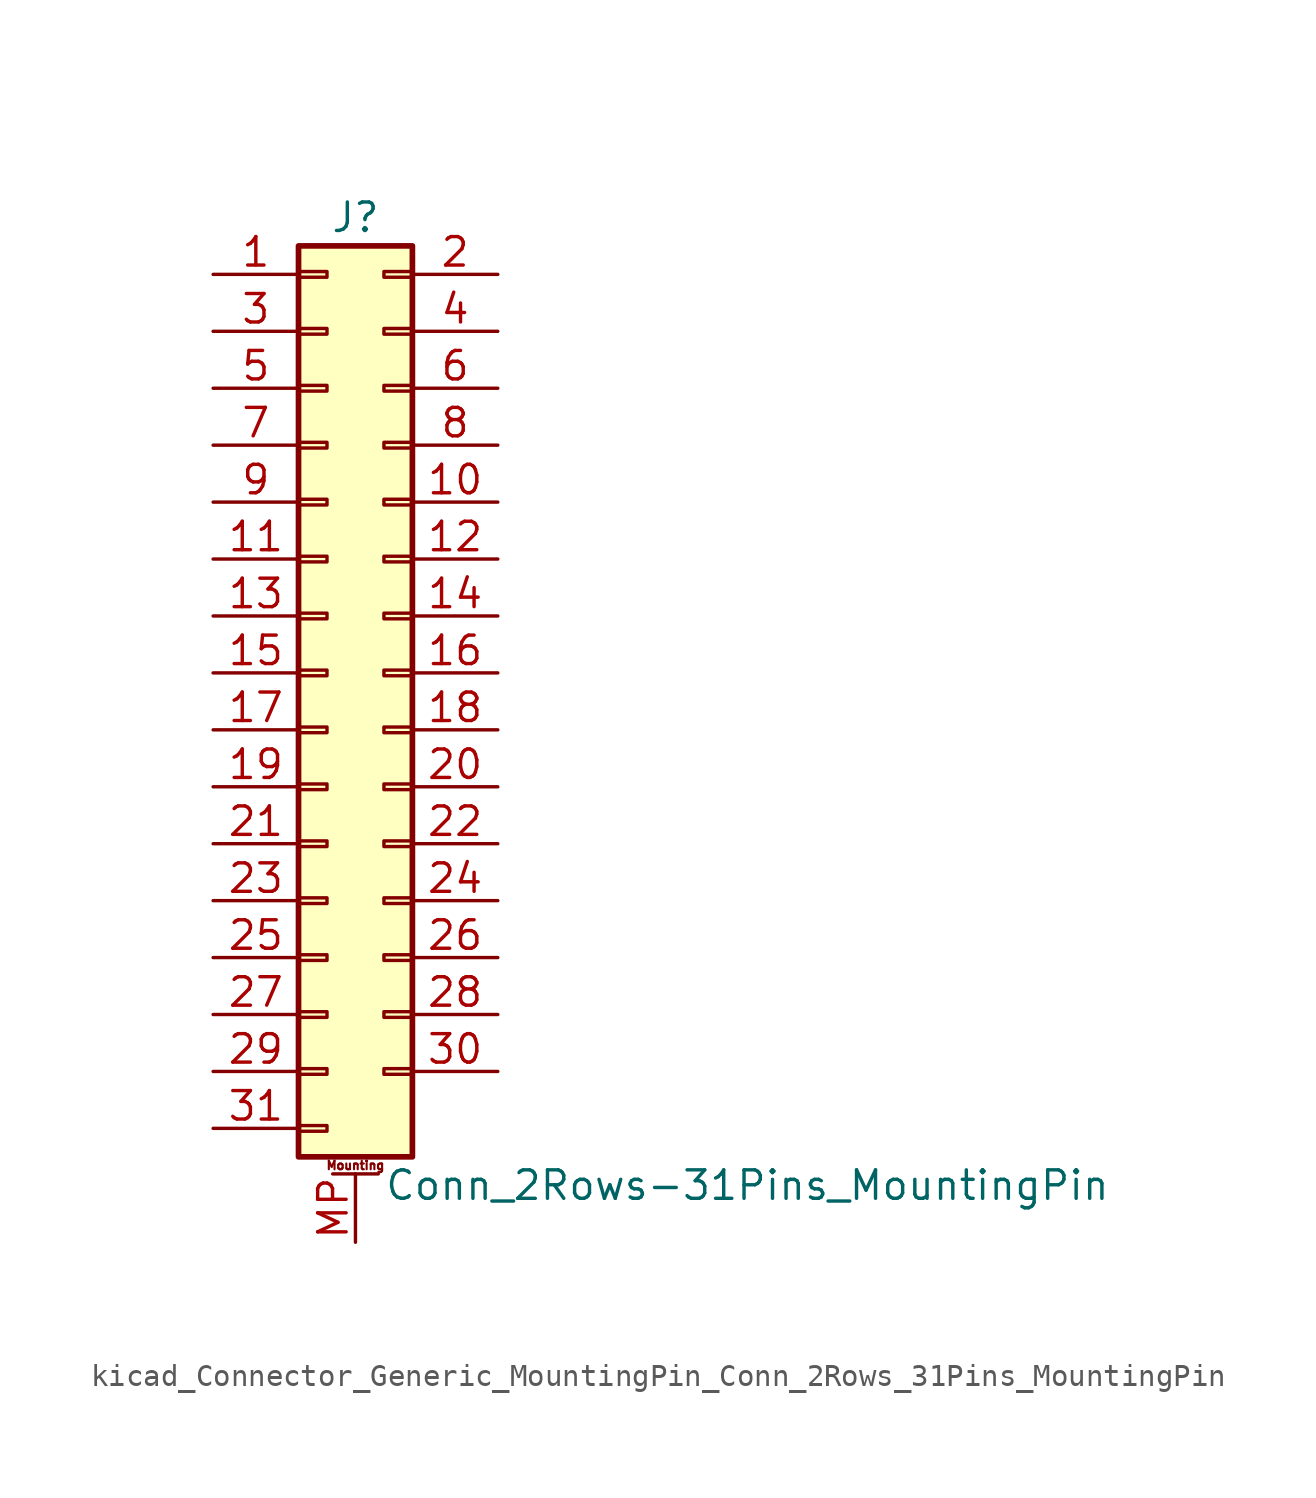
<source format=kicad_sym>
(kicad_symbol_lib
  (version 20220914)
  (generator kicad_symbol_editor)
  (symbol "kicad_Connector_Generic_MountingPin_Conn_2Rows_31Pins_MountingPin"
    (pin_names
      (offset 1.016) hide)
    (property "Reference" "J"
      (at 1.27 20.32 0)
      (effects (font (size 1.27 1.27))))
    (property "Value" "Conn_2Rows-31Pins_MountingPin"
      (at 2.54 -22.86 0)
      (effects (font (size 1.27 1.27)) (justify left)))
    (symbol "kicad_Connector_Generic_MountingPin_Conn_2Rows_31Pins_MountingPin_1_1"
      (rectangle (start -1.27 -20.193) (end 0 -20.447) (stroke (width 0.152) (type default)) (fill (type none)))
      (rectangle (start -1.27 -17.653) (end 0 -17.907) (stroke (width 0.152) (type default)) (fill (type none)))
      (rectangle (start -1.27 -15.113) (end 0 -15.367) (stroke (width 0.152) (type default)) (fill (type none)))
      (rectangle (start -1.27 -12.573) (end 0 -12.827) (stroke (width 0.152) (type default)) (fill (type none)))
      (rectangle (start -1.27 -10.033) (end 0 -10.287) (stroke (width 0.152) (type default)) (fill (type none)))
      (rectangle (start -1.27 -7.493) (end 0 -7.747) (stroke (width 0.152) (type default)) (fill (type none)))
      (rectangle (start -1.27 -4.953) (end 0 -5.207) (stroke (width 0.152) (type default)) (fill (type none)))
      (rectangle (start -1.27 -2.413) (end 0 -2.667) (stroke (width 0.152) (type default)) (fill (type none)))
      (rectangle (start -1.27 0.127) (end 0 -0.127) (stroke (width 0.152) (type default)) (fill (type none)))
      (rectangle (start -1.27 2.667) (end 0 2.413) (stroke (width 0.152) (type default)) (fill (type none)))
      (rectangle (start -1.27 5.207) (end 0 4.953) (stroke (width 0.152) (type default)) (fill (type none)))
      (rectangle (start -1.27 7.747) (end 0 7.493) (stroke (width 0.152) (type default)) (fill (type none)))
      (rectangle (start -1.27 10.287) (end 0 10.033) (stroke (width 0.152) (type default)) (fill (type none)))
      (rectangle (start -1.27 12.827) (end 0 12.573) (stroke (width 0.152) (type default)) (fill (type none)))
      (rectangle (start -1.27 15.367) (end 0 15.113) (stroke (width 0.152) (type default)) (fill (type none)))
      (rectangle (start -1.27 17.907) (end 0 17.653) (stroke (width 0.152) (type default)) (fill (type none)))
      (rectangle (start -1.27 19.05) (end 3.81 -21.59) (stroke (width 0.254) (type default)) (fill (type background)))
      (polyline (pts (xy 0.254 -22.352) (xy 2.286 -22.352)) (stroke (width 0.152) (type default)) (fill (type none)))
      (rectangle (start 3.81 -17.653) (end 2.54 -17.907) (stroke (width 0.152) (type default)) (fill (type none)))
      (rectangle (start 3.81 -15.113) (end 2.54 -15.367) (stroke (width 0.152) (type default)) (fill (type none)))
      (rectangle (start 3.81 -12.573) (end 2.54 -12.827) (stroke (width 0.152) (type default)) (fill (type none)))
      (rectangle (start 3.81 -10.033) (end 2.54 -10.287) (stroke (width 0.152) (type default)) (fill (type none)))
      (rectangle (start 3.81 -7.493) (end 2.54 -7.747) (stroke (width 0.152) (type default)) (fill (type none)))
      (rectangle (start 3.81 -4.953) (end 2.54 -5.207) (stroke (width 0.152) (type default)) (fill (type none)))
      (rectangle (start 3.81 -2.413) (end 2.54 -2.667) (stroke (width 0.152) (type default)) (fill (type none)))
      (rectangle (start 3.81 0.127) (end 2.54 -0.127) (stroke (width 0.152) (type default)) (fill (type none)))
      (rectangle (start 3.81 2.667) (end 2.54 2.413) (stroke (width 0.152) (type default)) (fill (type none)))
      (rectangle (start 3.81 5.207) (end 2.54 4.953) (stroke (width 0.152) (type default)) (fill (type none)))
      (rectangle (start 3.81 7.747) (end 2.54 7.493) (stroke (width 0.152) (type default)) (fill (type none)))
      (rectangle (start 3.81 10.287) (end 2.54 10.033) (stroke (width 0.152) (type default)) (fill (type none)))
      (rectangle (start 3.81 12.827) (end 2.54 12.573) (stroke (width 0.152) (type default)) (fill (type none)))
      (rectangle (start 3.81 15.367) (end 2.54 15.113) (stroke (width 0.152) (type default)) (fill (type none)))
      (rectangle (start 3.81 17.907) (end 2.54 17.653) (stroke (width 0.152) (type default)) (fill (type none)))
      (text "Mounting" (at 1.27 -21.971 0) (effects (font (size 0.381 0.381))))
      (pin passive line (at -5.08 17.78 0) (length 3.81) (name "Pin_1" (effects (font (size 1.27 1.27)))) (number "1" (effects (font (size 1.27 1.27)))))
      (pin passive line (at 7.62 7.62 180) (length 3.81) (name "Pin_10" (effects (font (size 1.27 1.27)))) (number "10" (effects (font (size 1.27 1.27)))))
      (pin passive line (at -5.08 5.08 0) (length 3.81) (name "Pin_11" (effects (font (size 1.27 1.27)))) (number "11" (effects (font (size 1.27 1.27)))))
      (pin passive line (at 7.62 5.08 180) (length 3.81) (name "Pin_12" (effects (font (size 1.27 1.27)))) (number "12" (effects (font (size 1.27 1.27)))))
      (pin passive line (at -5.08 2.54 0) (length 3.81) (name "Pin_13" (effects (font (size 1.27 1.27)))) (number "13" (effects (font (size 1.27 1.27)))))
      (pin passive line (at 7.62 2.54 180) (length 3.81) (name "Pin_14" (effects (font (size 1.27 1.27)))) (number "14" (effects (font (size 1.27 1.27)))))
      (pin passive line (at -5.08 0 0) (length 3.81) (name "Pin_15" (effects (font (size 1.27 1.27)))) (number "15" (effects (font (size 1.27 1.27)))))
      (pin passive line (at 7.62 0 180) (length 3.81) (name "Pin_16" (effects (font (size 1.27 1.27)))) (number "16" (effects (font (size 1.27 1.27)))))
      (pin passive line (at -5.08 -2.54 0) (length 3.81) (name "Pin_17" (effects (font (size 1.27 1.27)))) (number "17" (effects (font (size 1.27 1.27)))))
      (pin passive line (at 7.62 -2.54 180) (length 3.81) (name "Pin_18" (effects (font (size 1.27 1.27)))) (number "18" (effects (font (size 1.27 1.27)))))
      (pin passive line (at -5.08 -5.08 0) (length 3.81) (name "Pin_19" (effects (font (size 1.27 1.27)))) (number "19" (effects (font (size 1.27 1.27)))))
      (pin passive line (at 7.62 17.78 180) (length 3.81) (name "Pin_2" (effects (font (size 1.27 1.27)))) (number "2" (effects (font (size 1.27 1.27)))))
      (pin passive line (at 7.62 -5.08 180) (length 3.81) (name "Pin_20" (effects (font (size 1.27 1.27)))) (number "20" (effects (font (size 1.27 1.27)))))
      (pin passive line (at -5.08 -7.62 0) (length 3.81) (name "Pin_21" (effects (font (size 1.27 1.27)))) (number "21" (effects (font (size 1.27 1.27)))))
      (pin passive line (at 7.62 -7.62 180) (length 3.81) (name "Pin_22" (effects (font (size 1.27 1.27)))) (number "22" (effects (font (size 1.27 1.27)))))
      (pin passive line (at -5.08 -10.16 0) (length 3.81) (name "Pin_23" (effects (font (size 1.27 1.27)))) (number "23" (effects (font (size 1.27 1.27)))))
      (pin passive line (at 7.62 -10.16 180) (length 3.81) (name "Pin_24" (effects (font (size 1.27 1.27)))) (number "24" (effects (font (size 1.27 1.27)))))
      (pin passive line (at -5.08 -12.7 0) (length 3.81) (name "Pin_25" (effects (font (size 1.27 1.27)))) (number "25" (effects (font (size 1.27 1.27)))))
      (pin passive line (at 7.62 -12.7 180) (length 3.81) (name "Pin_26" (effects (font (size 1.27 1.27)))) (number "26" (effects (font (size 1.27 1.27)))))
      (pin passive line (at -5.08 -15.24 0) (length 3.81) (name "Pin_27" (effects (font (size 1.27 1.27)))) (number "27" (effects (font (size 1.27 1.27)))))
      (pin passive line (at 7.62 -15.24 180) (length 3.81) (name "Pin_28" (effects (font (size 1.27 1.27)))) (number "28" (effects (font (size 1.27 1.27)))))
      (pin passive line (at -5.08 -17.78 0) (length 3.81) (name "Pin_29" (effects (font (size 1.27 1.27)))) (number "29" (effects (font (size 1.27 1.27)))))
      (pin passive line (at -5.08 15.24 0) (length 3.81) (name "Pin_3" (effects (font (size 1.27 1.27)))) (number "3" (effects (font (size 1.27 1.27)))))
      (pin passive line (at 7.62 -17.78 180) (length 3.81) (name "Pin_30" (effects (font (size 1.27 1.27)))) (number "30" (effects (font (size 1.27 1.27)))))
      (pin passive line (at -5.08 -20.32 0) (length 3.81) (name "Pin_31" (effects (font (size 1.27 1.27)))) (number "31" (effects (font (size 1.27 1.27)))))
      (pin passive line (at 7.62 15.24 180) (length 3.81) (name "Pin_4" (effects (font (size 1.27 1.27)))) (number "4" (effects (font (size 1.27 1.27)))))
      (pin passive line (at -5.08 12.7 0) (length 3.81) (name "Pin_5" (effects (font (size 1.27 1.27)))) (number "5" (effects (font (size 1.27 1.27)))))
      (pin passive line (at 7.62 12.7 180) (length 3.81) (name "Pin_6" (effects (font (size 1.27 1.27)))) (number "6" (effects (font (size 1.27 1.27)))))
      (pin passive line (at -5.08 10.16 0) (length 3.81) (name "Pin_7" (effects (font (size 1.27 1.27)))) (number "7" (effects (font (size 1.27 1.27)))))
      (pin passive line (at 7.62 10.16 180) (length 3.81) (name "Pin_8" (effects (font (size 1.27 1.27)))) (number "8" (effects (font (size 1.27 1.27)))))
      (pin passive line (at -5.08 7.62 0) (length 3.81) (name "Pin_9" (effects (font (size 1.27 1.27)))) (number "9" (effects (font (size 1.27 1.27)))))
      (pin passive line (at 1.27 -25.4 90) (length 3.048) (name "MountPin" (effects (font (size 1.27 1.27)))) (number "MP" (effects (font (size 1.27 1.27))))))))
</source>
